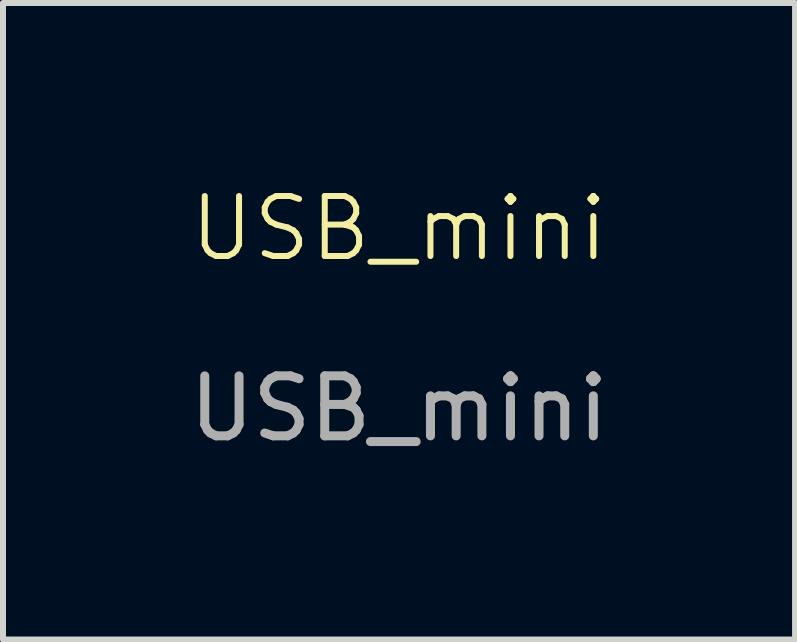
<source format=kicad_pcb>
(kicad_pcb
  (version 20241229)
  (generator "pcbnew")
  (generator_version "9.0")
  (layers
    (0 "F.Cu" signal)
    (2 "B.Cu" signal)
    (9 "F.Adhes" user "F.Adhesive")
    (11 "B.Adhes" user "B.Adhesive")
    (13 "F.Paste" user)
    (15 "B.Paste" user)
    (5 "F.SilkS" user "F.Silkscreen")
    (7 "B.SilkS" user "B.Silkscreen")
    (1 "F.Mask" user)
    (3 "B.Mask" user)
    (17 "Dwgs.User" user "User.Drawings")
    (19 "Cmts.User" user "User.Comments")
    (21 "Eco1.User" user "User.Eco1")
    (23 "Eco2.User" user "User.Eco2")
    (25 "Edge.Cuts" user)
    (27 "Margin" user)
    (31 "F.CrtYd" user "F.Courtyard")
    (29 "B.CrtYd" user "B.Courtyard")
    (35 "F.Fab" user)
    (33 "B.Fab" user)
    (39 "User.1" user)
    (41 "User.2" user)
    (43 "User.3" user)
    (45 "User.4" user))
  (footprint "USB_mini"
    (layer "F.Cu")
    (at 3.601 1.26)
    (property "Reference" "USB_mini" (at 0 -0.5 0) (unlocked yes) (layer "F.SilkS") (effects (font (size 1 1) (thickness 0.1))))
    (attr smd)
    (fp_text user "${REFERENCE}" (at 0 2.5 0) (unlocked yes) (layer "F.Fab") (effects (font (size 1 1) (thickness 0.15)))))
  (gr_rect
    (start -3 -3)
    (end 10.202 7.609)
    (stroke (width 0.1) (type default))
    (fill no)
    (layer "Edge.Cuts")))
</source>
